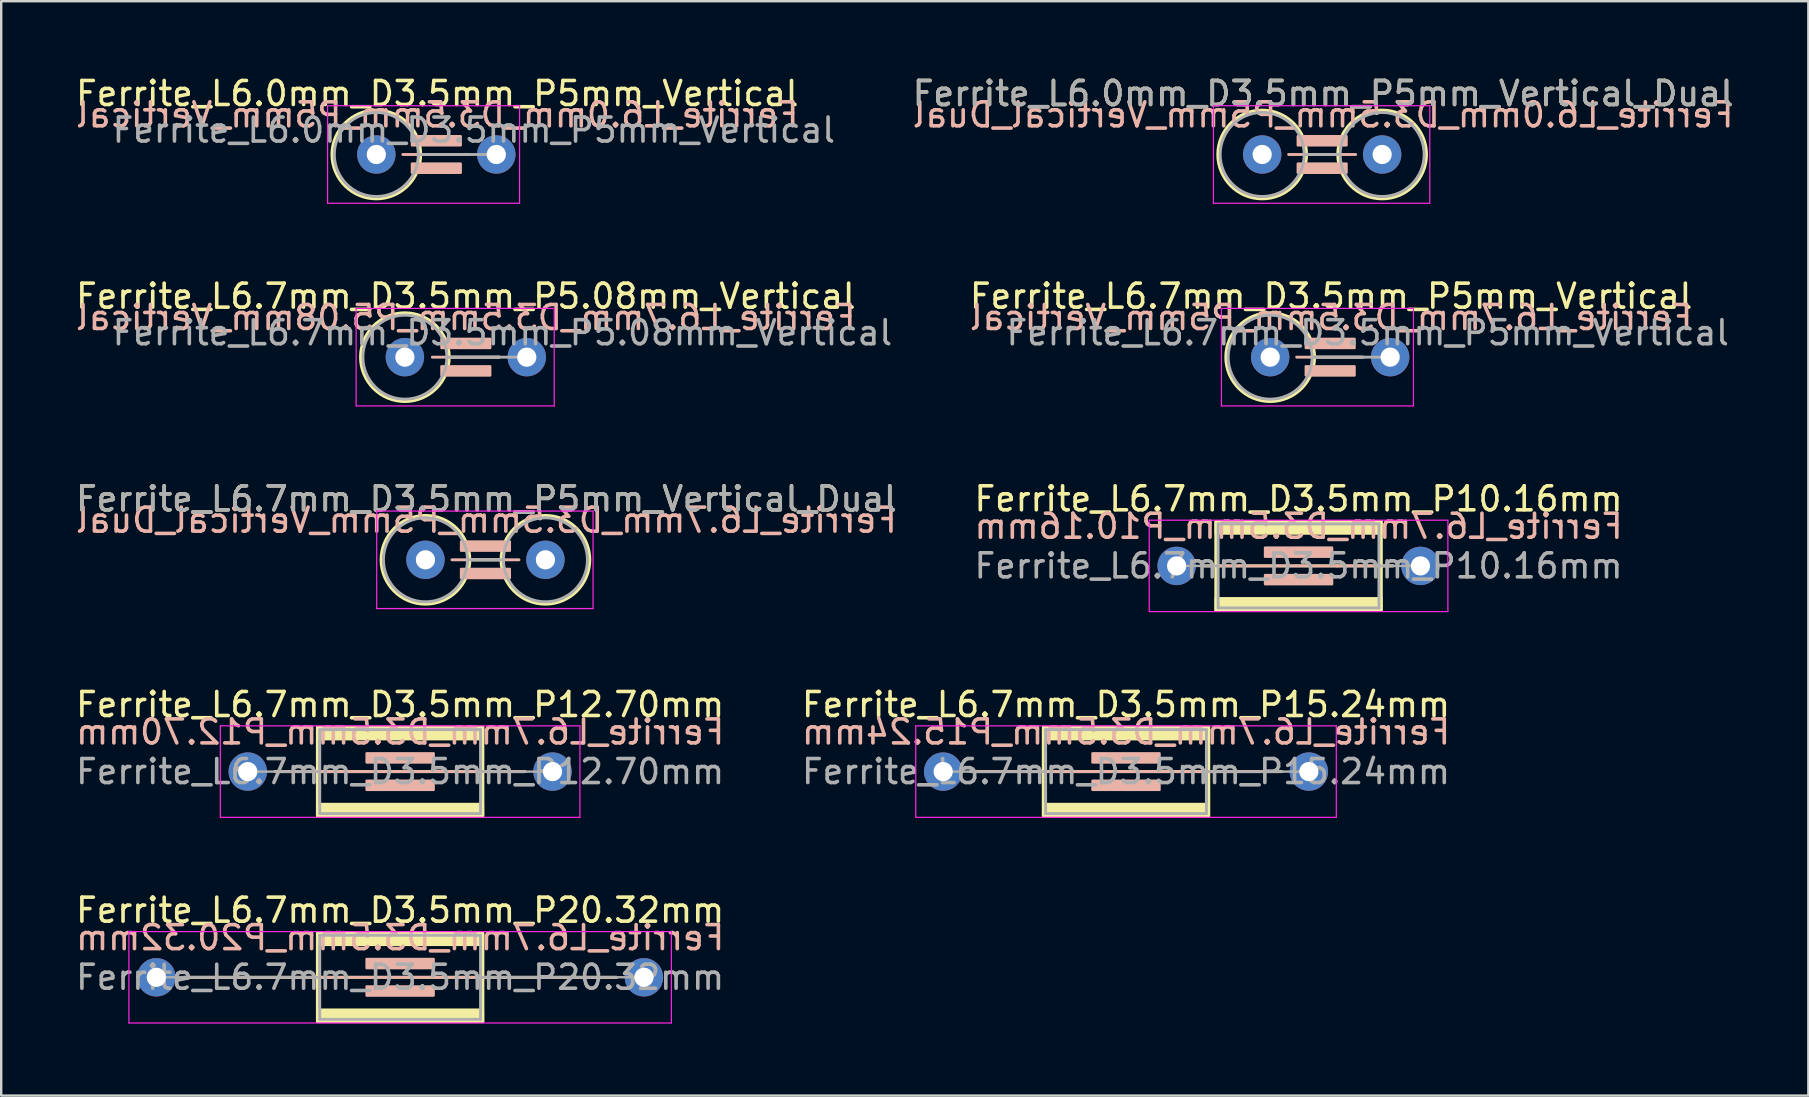
<source format=kicad_pcb>
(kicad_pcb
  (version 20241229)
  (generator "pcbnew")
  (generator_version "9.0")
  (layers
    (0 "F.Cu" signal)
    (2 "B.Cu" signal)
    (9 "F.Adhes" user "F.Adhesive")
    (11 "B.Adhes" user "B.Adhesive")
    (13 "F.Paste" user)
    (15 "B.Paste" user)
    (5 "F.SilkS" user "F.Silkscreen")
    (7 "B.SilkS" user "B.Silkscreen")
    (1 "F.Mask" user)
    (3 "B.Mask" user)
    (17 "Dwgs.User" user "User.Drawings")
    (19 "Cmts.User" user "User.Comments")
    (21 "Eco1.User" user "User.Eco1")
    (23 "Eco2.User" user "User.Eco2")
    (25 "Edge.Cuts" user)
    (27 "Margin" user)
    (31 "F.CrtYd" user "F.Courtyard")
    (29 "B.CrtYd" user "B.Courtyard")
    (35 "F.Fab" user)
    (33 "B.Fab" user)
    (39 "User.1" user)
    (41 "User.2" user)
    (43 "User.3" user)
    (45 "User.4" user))
  (footprint "Ferrite_L6.7mm_D3.5mm_P15.24mm"
    (layer "F.Cu")
    (at 36.255 29.105)
    (property "Reference" "Ferrite_L6.7mm_D3.5mm_P15.24mm" (at 7.62 -2.794 0) (layer "F.SilkS") (effects (font (size 1 1) (thickness 0.15))))
    (fp_line (start 6.694 0.000002) (end 1.143 0) (stroke (width 0.12) (type solid)) (layer "F.SilkS"))
    (fp_line (start 6.694 0.000002) (end 14.097 0) (stroke (width 0.12) (type solid)) (layer "F.SilkS"))
    (fp_rect (start 4.17 -1.85) (end 11.07 1.85) (stroke (width 0.12) (type solid)) (fill no) (layer "F.SilkS"))
    (fp_poly (pts (xy 4.17 1.35) (xy 11.07 1.35) (xy 11.07 1.85) (xy 4.17 1.85)) (stroke (width 0.1) (type solid)) (fill yes) (layer "F.SilkS"))
    (fp_poly (pts (xy 11.07 -1.35) (xy 4.17 -1.35) (xy 4.17 -1.85) (xy 11.07 -1.85)) (stroke (width 0.1) (type solid)) (fill yes) (layer "F.SilkS"))
    (fp_line (start 1.143 0) (end 14.097 0) (stroke (width 0.12) (type solid)) (layer "B.SilkS"))
    (fp_rect (start 6.223 -0.762) (end 9.017 -0.381) (stroke (width 0.1) (type solid)) (fill yes) (layer "B.SilkS"))
    (fp_rect (start 6.223 0.381) (end 9.017 0.762) (stroke (width 0.1) (type solid)) (fill yes) (layer "B.SilkS"))
    (fp_line (start -1.143 -1.905) (end 16.383 -1.905) (stroke (width 0.05) (type solid)) (layer "F.CrtYd"))
    (fp_line (start -1.143 1.905) (end -1.143 -1.905) (stroke (width 0.05) (type solid)) (layer "F.CrtYd"))
    (fp_line (start 16.383 -1.905) (end 16.383 1.905) (stroke (width 0.05) (type solid)) (layer "F.CrtYd"))
    (fp_line (start 16.383 1.905) (end -1.143 1.905) (stroke (width 0.05) (type solid)) (layer "F.CrtYd"))
    (fp_line (start 0 0) (end 4.27 0) (stroke (width 0.1) (type solid)) (layer "F.Fab"))
    (fp_line (start 4.27 -1.75) (end 10.97 -1.75) (stroke (width 0.12) (type solid)) (layer "F.Fab"))
    (fp_line (start 4.27 1.75) (end 4.27 -1.75) (stroke (width 0.12) (type solid)) (layer "F.Fab"))
    (fp_line (start 10.97 -1.75) (end 10.97 1.75) (stroke (width 0.12) (type solid)) (layer "F.Fab"))
    (fp_line (start 10.97 1.75) (end 4.27 1.75) (stroke (width 0.12) (type solid)) (layer "F.Fab"))
    (fp_line (start 15.24 0) (end 10.97 0) (stroke (width 0.1) (type solid)) (layer "F.Fab"))
    (fp_text user "${REFERENCE}" (at 7.62 -1.651 0) (layer "B.SilkS") (effects (font (size 1 1) (thickness 0.15)) (justify mirror)))
    (fp_text user "${REFERENCE}" (at 7.62 0 0) (layer "F.Fab") (effects (font (size 1 1) (thickness 0.15))))
    (pad "1" thru_hole circle (at 0 0) (size 1.6 1.6) (drill 0.8) (layers "*.Cu" "*.Mask"))
    (pad "2" thru_hole circle (at 15.24 0) (size 1.6 1.6) (drill 0.8) (layers "*.Cu" "*.Mask")))
  (footprint "Ferrite_L6.0mm_D3.5mm_P5mm_Vertical_Dual"
    (layer "F.Cu")
    (at 49.549 3.388)
    (property "Reference" "Ferrite_L6.0mm_D3.5mm_P5mm_Vertical_Dual" (at 2.54 -2.54 0) (layer "F.SilkS") (effects (font (size 1 1) (thickness 0.15))))
    (fp_line (start 1.85 0) (end 3.15 0) (stroke (width 0.12) (type solid)) (layer "F.SilkS"))
    (fp_circle (center 0 0) (end 0 -1.85) (stroke (width 0.12) (type solid)) (fill no) (layer "F.SilkS"))
    (fp_circle (center 5 0) (end 5 -1.85) (stroke (width 0.12) (type solid)) (fill no) (layer "F.SilkS"))
    (fp_line (start 3.897 0) (end 1.103 0) (stroke (width 0.12) (type solid)) (layer "B.SilkS"))
    (fp_rect (start 1.484 -0.762) (end 3.516 -0.381) (stroke (width 0.1) (type solid)) (fill yes) (layer "B.SilkS"))
    (fp_rect (start 1.484 0.381) (end 3.516 0.762) (stroke (width 0.1) (type solid)) (fill yes) (layer "B.SilkS"))
    (fp_line (start -2.032 -2.032) (end 6.985 -2.032) (stroke (width 0.05) (type solid)) (layer "F.CrtYd"))
    (fp_line (start -2.032 2.032) (end -2.032 -2.032) (stroke (width 0.05) (type solid)) (layer "F.CrtYd"))
    (fp_line (start 6.985 -2.032) (end 6.985 2.032) (stroke (width 0.05) (type solid)) (layer "F.CrtYd"))
    (fp_line (start 6.985 2.032) (end -2.032 2.032) (stroke (width 0.05) (type solid)) (layer "F.CrtYd"))
    (fp_line (start 1.75 0) (end 3.25 0) (stroke (width 0.12) (type solid)) (layer "F.Fab"))
    (fp_circle (center 0 0) (end 0 -1.75) (stroke (width 0.12) (type solid)) (fill no) (layer "F.Fab"))
    (fp_circle (center 5 0) (end 5 -1.75) (stroke (width 0.12) (type solid)) (fill no) (layer "F.Fab"))
    (fp_text user "${REFERENCE}" (at 2.54 -1.651 0) (layer "B.SilkS") (effects (font (size 1 1) (thickness 0.15)) (justify mirror)))
    (fp_text user "${REFERENCE}" (at 2.54 -2.539 0) (layer "F.Fab") (effects (font (size 1 1) (thickness 0.15))))
    (pad "1" thru_hole circle (at 0 0) (size 1.6 1.6) (drill 0.8) (layers "*.Cu" "*.Mask"))
    (pad "2" thru_hole circle (at 5 0) (size 1.6 1.6) (drill 0.8) (layers "*.Cu" "*.Mask")))
  (footprint "Ferrite_L6.7mm_D3.5mm_P20.32mm"
    (layer "F.Cu")
    (at 3.465 37.677)
    (property "Reference" "Ferrite_L6.7mm_D3.5mm_P20.32mm" (at 10.16 -2.794 0) (layer "F.SilkS") (effects (font (size 1 1) (thickness 0.15))))
    (fp_line (start 6.694 0.000002) (end 1.143 0) (stroke (width 0.12) (type solid)) (layer "F.SilkS"))
    (fp_line (start 6.694 0.000002) (end 19.177 0) (stroke (width 0.12) (type solid)) (layer "F.SilkS"))
    (fp_rect (start 6.71 -1.85) (end 13.61 1.85) (stroke (width 0.12) (type solid)) (fill no) (layer "F.SilkS"))
    (fp_poly (pts (xy 6.71 1.35) (xy 13.61 1.35) (xy 13.61 1.85) (xy 6.71 1.85)) (stroke (width 0.1) (type solid)) (fill yes) (layer "F.SilkS"))
    (fp_poly (pts (xy 13.61 -1.35) (xy 6.71 -1.35) (xy 6.71 -1.85) (xy 13.61 -1.85)) (stroke (width 0.1) (type solid)) (fill yes) (layer "F.SilkS"))
    (fp_line (start 1.143 0) (end 19.177 0) (stroke (width 0.12) (type solid)) (layer "B.SilkS"))
    (fp_rect (start 8.763 -0.762) (end 11.557 -0.381) (stroke (width 0.1) (type solid)) (fill yes) (layer "B.SilkS"))
    (fp_rect (start 8.763 0.381) (end 11.557 0.762) (stroke (width 0.1) (type solid)) (fill yes) (layer "B.SilkS"))
    (fp_line (start -1.143 -1.905) (end 21.463 -1.905) (stroke (width 0.05) (type solid)) (layer "F.CrtYd"))
    (fp_line (start -1.143 1.905) (end -1.143 -1.905) (stroke (width 0.05) (type solid)) (layer "F.CrtYd"))
    (fp_line (start 21.463 -1.905) (end 21.463 1.905) (stroke (width 0.05) (type solid)) (layer "F.CrtYd"))
    (fp_line (start 21.463 1.905) (end -1.143 1.905) (stroke (width 0.05) (type solid)) (layer "F.CrtYd"))
    (fp_line (start 0 0) (end 6.81 0) (stroke (width 0.1) (type solid)) (layer "F.Fab"))
    (fp_line (start 6.81 -1.75) (end 13.51 -1.75) (stroke (width 0.12) (type solid)) (layer "F.Fab"))
    (fp_line (start 6.81 1.75) (end 6.81 -1.75) (stroke (width 0.12) (type solid)) (layer "F.Fab"))
    (fp_line (start 13.51 -1.75) (end 13.51 1.75) (stroke (width 0.12) (type solid)) (layer "F.Fab"))
    (fp_line (start 13.51 1.75) (end 6.81 1.75) (stroke (width 0.12) (type solid)) (layer "F.Fab"))
    (fp_line (start 20.32 0) (end 13.51 0) (stroke (width 0.1) (type solid)) (layer "F.Fab"))
    (fp_text user "${REFERENCE}" (at 10.16 -1.651 0) (layer "B.SilkS") (effects (font (size 1 1) (thickness 0.15)) (justify mirror)))
    (fp_text user "${REFERENCE}" (at 10.16 0 0) (layer "F.Fab") (effects (font (size 1 1) (thickness 0.15))))
    (pad "1" thru_hole circle (at 0 0) (size 1.6 1.6) (drill 0.8) (layers "*.Cu" "*.Mask"))
    (pad "2" thru_hole circle (at 20.32 0) (size 1.6 1.6) (drill 0.8) (layers "*.Cu" "*.Mask")))
  (footprint "Ferrite_L6.7mm_D3.5mm_P5.08mm_Vertical"
    (layer "F.Cu")
    (at 13.823 11.834)
    (property "Reference" "Ferrite_L6.7mm_D3.5mm_P5.08mm_Vertical" (at 2.54 -2.54 0) (layer "F.SilkS") (effects (font (size 1 1) (thickness 0.15))))
    (fp_line (start 1.85 0) (end 3.937 0) (stroke (width 0.12) (type solid)) (layer "F.SilkS"))
    (fp_circle (center 0 0) (end 0 -1.85) (stroke (width 0.12) (type solid)) (fill no) (layer "F.SilkS"))
    (fp_line (start 3.937 0) (end 1.143 0) (stroke (width 0.12) (type solid)) (layer "B.SilkS"))
    (fp_rect (start 1.524 -0.762) (end 3.556 -0.381) (stroke (width 0.1) (type solid)) (fill yes) (layer "B.SilkS"))
    (fp_rect (start 1.524 0.381) (end 3.556 0.762) (stroke (width 0.1) (type solid)) (fill yes) (layer "B.SilkS"))
    (fp_line (start -2.032 -2.032) (end 6.223 -2.032) (stroke (width 0.05) (type solid)) (layer "F.CrtYd"))
    (fp_line (start -2.032 2.032) (end -2.032 -2.032) (stroke (width 0.05) (type solid)) (layer "F.CrtYd"))
    (fp_line (start 6.223 -2.032) (end 6.223 2.032) (stroke (width 0.05) (type solid)) (layer "F.CrtYd"))
    (fp_line (start 6.223 2.032) (end -2.032 2.032) (stroke (width 0.05) (type solid)) (layer "F.CrtYd"))
    (fp_line (start 1.75 0) (end 5.08 0) (stroke (width 0.12) (type solid)) (layer "F.Fab"))
    (fp_circle (center 0 0) (end 0 -1.75) (stroke (width 0.12) (type solid)) (fill no) (layer "F.Fab"))
    (fp_text user "${REFERENCE}" (at 2.54 -1.651 0) (layer "B.SilkS") (effects (font (size 1 1) (thickness 0.15)) (justify mirror)))
    (fp_text user "${REFERENCE}" (at 4.064 -1.016 0) (layer "F.Fab") (effects (font (size 1 1) (thickness 0.15))))
    (pad "1" thru_hole circle (at 0 0) (size 1.6 1.6) (drill 0.8) (layers "*.Cu" "*.Mask"))
    (pad "2" thru_hole circle (at 5.08 0) (size 1.6 1.6) (drill 0.8) (layers "*.Cu" "*.Mask")))
  (footprint "Ferrite_L6.7mm_D3.5mm_P12.70mm"
    (layer "F.Cu")
    (at 7.275 29.105)
    (property "Reference" "Ferrite_L6.7mm_D3.5mm_P12.70mm" (at 6.35 -2.794 0) (layer "F.SilkS") (effects (font (size 1 1) (thickness 0.15))))
    (fp_line (start 6.694 0.000002) (end 1.143 0) (stroke (width 0.12) (type solid)) (layer "F.SilkS"))
    (fp_line (start 6.694 0.000002) (end 11.557 0) (stroke (width 0.12) (type solid)) (layer "F.SilkS"))
    (fp_rect (start 2.9 -1.85) (end 9.8 1.85) (stroke (width 0.12) (type solid)) (fill no) (layer "F.SilkS"))
    (fp_poly (pts (xy 2.9 1.35) (xy 9.8 1.35) (xy 9.8 1.85) (xy 2.9 1.85)) (stroke (width 0.1) (type solid)) (fill yes) (layer "F.SilkS"))
    (fp_poly (pts (xy 9.8 -1.35) (xy 2.9 -1.35) (xy 2.9 -1.85) (xy 9.8 -1.85)) (stroke (width 0.1) (type solid)) (fill yes) (layer "F.SilkS"))
    (fp_line (start 1.143 0) (end 11.557 0) (stroke (width 0.12) (type solid)) (layer "B.SilkS"))
    (fp_rect (start 4.953 -0.762) (end 7.747 -0.381) (stroke (width 0.1) (type solid)) (fill yes) (layer "B.SilkS"))
    (fp_rect (start 4.953 0.381) (end 7.747 0.762) (stroke (width 0.1) (type solid)) (fill yes) (layer "B.SilkS"))
    (fp_line (start -1.143 -1.905) (end 13.843 -1.905) (stroke (width 0.05) (type solid)) (layer "F.CrtYd"))
    (fp_line (start -1.143 1.905) (end -1.143 -1.905) (stroke (width 0.05) (type solid)) (layer "F.CrtYd"))
    (fp_line (start 13.843 -1.905) (end 13.843 1.905) (stroke (width 0.05) (type solid)) (layer "F.CrtYd"))
    (fp_line (start 13.843 1.905) (end -1.143 1.905) (stroke (width 0.05) (type solid)) (layer "F.CrtYd"))
    (fp_line (start 0 0) (end 3 0) (stroke (width 0.1) (type solid)) (layer "F.Fab"))
    (fp_line (start 3 -1.75) (end 9.7 -1.75) (stroke (width 0.12) (type solid)) (layer "F.Fab"))
    (fp_line (start 3 1.75) (end 3 -1.75) (stroke (width 0.12) (type solid)) (layer "F.Fab"))
    (fp_line (start 9.7 -1.75) (end 9.7 1.75) (stroke (width 0.12) (type solid)) (layer "F.Fab"))
    (fp_line (start 9.7 1.75) (end 3 1.75) (stroke (width 0.12) (type solid)) (layer "F.Fab"))
    (fp_line (start 12.7 0) (end 9.7 0) (stroke (width 0.1) (type solid)) (layer "F.Fab"))
    (fp_text user "${REFERENCE}" (at 6.35 -1.651 0) (layer "B.SilkS") (effects (font (size 1 1) (thickness 0.15)) (justify mirror)))
    (fp_text user "${REFERENCE}" (at 6.35 0 0) (layer "F.Fab") (effects (font (size 1 1) (thickness 0.15))))
    (pad "1" thru_hole circle (at 0 0) (size 1.6 1.6) (drill 0.8) (layers "*.Cu" "*.Mask"))
    (pad "2" thru_hole circle (at 12.7 0) (size 1.6 1.6) (drill 0.8) (layers "*.Cu" "*.Mask")))
  (footprint "Ferrite_L6.7mm_D3.5mm_P5mm_Vertical"
    (layer "F.Cu")
    (at 49.883 11.834)
    (property "Reference" "Ferrite_L6.7mm_D3.5mm_P5mm_Vertical" (at 2.54 -2.54 0) (layer "F.SilkS") (effects (font (size 1 1) (thickness 0.15))))
    (fp_line (start 1.85 0) (end 3.81 0) (stroke (width 0.12) (type solid)) (layer "F.SilkS"))
    (fp_circle (center 0 0) (end 0 -1.85) (stroke (width 0.12) (type solid)) (fill no) (layer "F.SilkS"))
    (fp_line (start 3.897 0) (end 1.103 0) (stroke (width 0.12) (type solid)) (layer "B.SilkS"))
    (fp_rect (start 1.484 -0.762) (end 3.516 -0.381) (stroke (width 0.1) (type solid)) (fill yes) (layer "B.SilkS"))
    (fp_rect (start 1.484 0.381) (end 3.516 0.762) (stroke (width 0.1) (type solid)) (fill yes) (layer "B.SilkS"))
    (fp_line (start -2.032 -2.032) (end 5.969 -2.032) (stroke (width 0.05) (type solid)) (layer "F.CrtYd"))
    (fp_line (start -2.032 2.032) (end -2.032 -2.032) (stroke (width 0.05) (type solid)) (layer "F.CrtYd"))
    (fp_line (start 5.969 -2.032) (end 5.969 2.032) (stroke (width 0.05) (type solid)) (layer "F.CrtYd"))
    (fp_line (start 5.969 2.032) (end -2.032 2.032) (stroke (width 0.05) (type solid)) (layer "F.CrtYd"))
    (fp_line (start 1.75 0) (end 5 0) (stroke (width 0.12) (type solid)) (layer "F.Fab"))
    (fp_circle (center 0 0) (end 0 -1.75) (stroke (width 0.12) (type solid)) (fill no) (layer "F.Fab"))
    (fp_text user "${REFERENCE}" (at 2.54 -1.651 0) (layer "B.SilkS") (effects (font (size 1 1) (thickness 0.15)) (justify mirror)))
    (fp_text user "${REFERENCE}" (at 4.064 -1.016 0) (layer "F.Fab") (effects (font (size 1 1) (thickness 0.15))))
    (pad "1" thru_hole circle (at 0 0) (size 1.6 1.6) (drill 0.8) (layers "*.Cu" "*.Mask"))
    (pad "2" thru_hole circle (at 5 0) (size 1.6 1.6) (drill 0.8) (layers "*.Cu" "*.Mask")))
  (footprint "Ferrite_L6.7mm_D3.5mm_P5mm_Vertical_Dual"
    (layer "F.Cu")
    (at 14.68 20.279)
    (property "Reference" "Ferrite_L6.7mm_D3.5mm_P5mm_Vertical_Dual" (at 2.54 -2.54 0) (layer "F.SilkS") (effects (font (size 1 1) (thickness 0.15))))
    (fp_line (start 1.85 0) (end 3.15 0) (stroke (width 0.12) (type solid)) (layer "F.SilkS"))
    (fp_circle (center 0 0) (end 0 -1.85) (stroke (width 0.12) (type solid)) (fill no) (layer "F.SilkS"))
    (fp_circle (center 5 0) (end 5 -1.85) (stroke (width 0.12) (type solid)) (fill no) (layer "F.SilkS"))
    (fp_line (start 3.897 0) (end 1.103 0) (stroke (width 0.12) (type solid)) (layer "B.SilkS"))
    (fp_rect (start 1.484 -0.762) (end 3.516 -0.381) (stroke (width 0.1) (type solid)) (fill yes) (layer "B.SilkS"))
    (fp_rect (start 1.484 0.381) (end 3.516 0.762) (stroke (width 0.1) (type solid)) (fill yes) (layer "B.SilkS"))
    (fp_line (start -2.032 -2.032) (end 6.985 -2.032) (stroke (width 0.05) (type solid)) (layer "F.CrtYd"))
    (fp_line (start -2.032 2.032) (end -2.032 -2.032) (stroke (width 0.05) (type solid)) (layer "F.CrtYd"))
    (fp_line (start 6.985 -2.032) (end 6.985 2.032) (stroke (width 0.05) (type solid)) (layer "F.CrtYd"))
    (fp_line (start 6.985 2.032) (end -2.032 2.032) (stroke (width 0.05) (type solid)) (layer "F.CrtYd"))
    (fp_line (start 1.75 0) (end 3.25 0) (stroke (width 0.12) (type solid)) (layer "F.Fab"))
    (fp_circle (center 0 0) (end 0 -1.75) (stroke (width 0.12) (type solid)) (fill no) (layer "F.Fab"))
    (fp_circle (center 5 0) (end 5 -1.75) (stroke (width 0.12) (type solid)) (fill no) (layer "F.Fab"))
    (fp_text user "${REFERENCE}" (at 2.54 -1.651 0) (layer "B.SilkS") (effects (font (size 1 1) (thickness 0.15)) (justify mirror)))
    (fp_text user "${REFERENCE}" (at 2.54 -2.539 0) (layer "F.Fab") (effects (font (size 1 1) (thickness 0.15))))
    (pad "1" thru_hole circle (at 0 0) (size 1.6 1.6) (drill 0.8) (layers "*.Cu" "*.Mask"))
    (pad "2" thru_hole circle (at 5 0) (size 1.6 1.6) (drill 0.8) (layers "*.Cu" "*.Mask")))
  (footprint "Ferrite_L6.0mm_D3.5mm_P5mm_Vertical"
    (layer "F.Cu")
    (at 12.633 3.388)
    (property "Reference" "Ferrite_L6.0mm_D3.5mm_P5mm_Vertical" (at 2.54 -2.54 0) (layer "F.SilkS") (effects (font (size 1 1) (thickness 0.15))))
    (fp_line (start 1.85 0) (end 3.81 0) (stroke (width 0.12) (type solid)) (layer "F.SilkS"))
    (fp_circle (center 0 0) (end 0 -1.85) (stroke (width 0.12) (type solid)) (fill no) (layer "F.SilkS"))
    (fp_line (start 3.897 0) (end 1.103 0) (stroke (width 0.12) (type solid)) (layer "B.SilkS"))
    (fp_rect (start 1.484 -0.762) (end 3.516 -0.381) (stroke (width 0.1) (type solid)) (fill yes) (layer "B.SilkS"))
    (fp_rect (start 1.484 0.381) (end 3.516 0.762) (stroke (width 0.1) (type solid)) (fill yes) (layer "B.SilkS"))
    (fp_line (start -2.032 -2.032) (end 5.969 -2.032) (stroke (width 0.05) (type solid)) (layer "F.CrtYd"))
    (fp_line (start -2.032 2.032) (end -2.032 -2.032) (stroke (width 0.05) (type solid)) (layer "F.CrtYd"))
    (fp_line (start 5.969 -2.032) (end 5.969 2.032) (stroke (width 0.05) (type solid)) (layer "F.CrtYd"))
    (fp_line (start 5.969 2.032) (end -2.032 2.032) (stroke (width 0.05) (type solid)) (layer "F.CrtYd"))
    (fp_line (start 1.75 0) (end 5 0) (stroke (width 0.12) (type solid)) (layer "F.Fab"))
    (fp_circle (center 0 0) (end 0 -1.75) (stroke (width 0.12) (type solid)) (fill no) (layer "F.Fab"))
    (fp_text user "${REFERENCE}" (at 2.54 -1.651 0) (layer "B.SilkS") (effects (font (size 1 1) (thickness 0.15)) (justify mirror)))
    (fp_text user "${REFERENCE}" (at 4.064 -1.016 0) (layer "F.Fab") (effects (font (size 1 1) (thickness 0.15))))
    (pad "1" thru_hole circle (at 0 0) (size 1.6 1.6) (drill 0.8) (layers "*.Cu" "*.Mask"))
    (pad "2" thru_hole circle (at 5 0) (size 1.6 1.6) (drill 0.8) (layers "*.Cu" "*.Mask")))
  (footprint "Ferrite_L6.7mm_D3.5mm_P10.16mm"
    (layer "F.Cu")
    (at 45.985 20.533)
    (property "Reference" "Ferrite_L6.7mm_D3.5mm_P10.16mm" (at 5.08 -2.794 0) (layer "F.SilkS") (effects (font (size 1 1) (thickness 0.15))))
    (fp_line (start 6.694 0.000002) (end 1.143 0) (stroke (width 0.12) (type solid)) (layer "F.SilkS"))
    (fp_line (start 6.694 0.000002) (end 9.017 0) (stroke (width 0.12) (type solid)) (layer "F.SilkS"))
    (fp_rect (start 1.63 -1.85) (end 8.53 1.85) (stroke (width 0.12) (type solid)) (fill no) (layer "F.SilkS"))
    (fp_poly (pts (xy 1.63 1.35) (xy 8.53 1.35) (xy 8.53 1.85) (xy 1.63 1.85)) (stroke (width 0.1) (type solid)) (fill yes) (layer "F.SilkS"))
    (fp_poly (pts (xy 8.53 -1.35) (xy 1.63 -1.35) (xy 1.63 -1.85) (xy 8.53 -1.85)) (stroke (width 0.1) (type solid)) (fill yes) (layer "F.SilkS"))
    (fp_line (start 1.143 0) (end 9.017 0) (stroke (width 0.12) (type solid)) (layer "B.SilkS"))
    (fp_rect (start 3.683 -0.762) (end 6.477 -0.381) (stroke (width 0.1) (type solid)) (fill yes) (layer "B.SilkS"))
    (fp_rect (start 3.683 0.381) (end 6.477 0.762) (stroke (width 0.1) (type solid)) (fill yes) (layer "B.SilkS"))
    (fp_line (start -1.143 -1.905) (end 11.303 -1.905) (stroke (width 0.05) (type solid)) (layer "F.CrtYd"))
    (fp_line (start -1.143 1.905) (end -1.143 -1.905) (stroke (width 0.05) (type solid)) (layer "F.CrtYd"))
    (fp_line (start 11.303 -1.905) (end 11.303 1.905) (stroke (width 0.05) (type solid)) (layer "F.CrtYd"))
    (fp_line (start 11.303 1.905) (end -1.143 1.905) (stroke (width 0.05) (type solid)) (layer "F.CrtYd"))
    (fp_line (start 1.73 -1.75) (end 8.43 -1.75) (stroke (width 0.12) (type solid)) (layer "F.Fab"))
    (fp_line (start 1.73 0) (end 0 0) (stroke (width 0.1) (type solid)) (layer "F.Fab"))
    (fp_line (start 1.73 1.75) (end 1.73 -1.75) (stroke (width 0.12) (type solid)) (layer "F.Fab"))
    (fp_line (start 8.43 -1.75) (end 8.43 1.75) (stroke (width 0.12) (type solid)) (layer "F.Fab"))
    (fp_line (start 8.43 0) (end 10.16 0) (stroke (width 0.1) (type solid)) (layer "F.Fab"))
    (fp_line (start 8.43 1.75) (end 1.73 1.75) (stroke (width 0.12) (type solid)) (layer "F.Fab"))
    (fp_text user "${REFERENCE}" (at 5.08 -1.651 0) (layer "B.SilkS") (effects (font (size 1 1) (thickness 0.15)) (justify mirror)))
    (fp_text user "${REFERENCE}" (at 5.08 0 0) (layer "F.Fab") (effects (font (size 1 1) (thickness 0.15))))
    (pad "1" thru_hole circle (at 0 0) (size 1.6 1.6) (drill 0.8) (layers "*.Cu" "*.Mask"))
    (pad "2" thru_hole circle (at 10.16 0) (size 1.6 1.6) (drill 0.8) (layers "*.Cu" "*.Mask")))
  (gr_rect
    (start -3 -3)
    (end 72.31 42.607)
    (stroke (width 0.1) (type default))
    (fill no)
    (layer "Edge.Cuts")))
</source>
